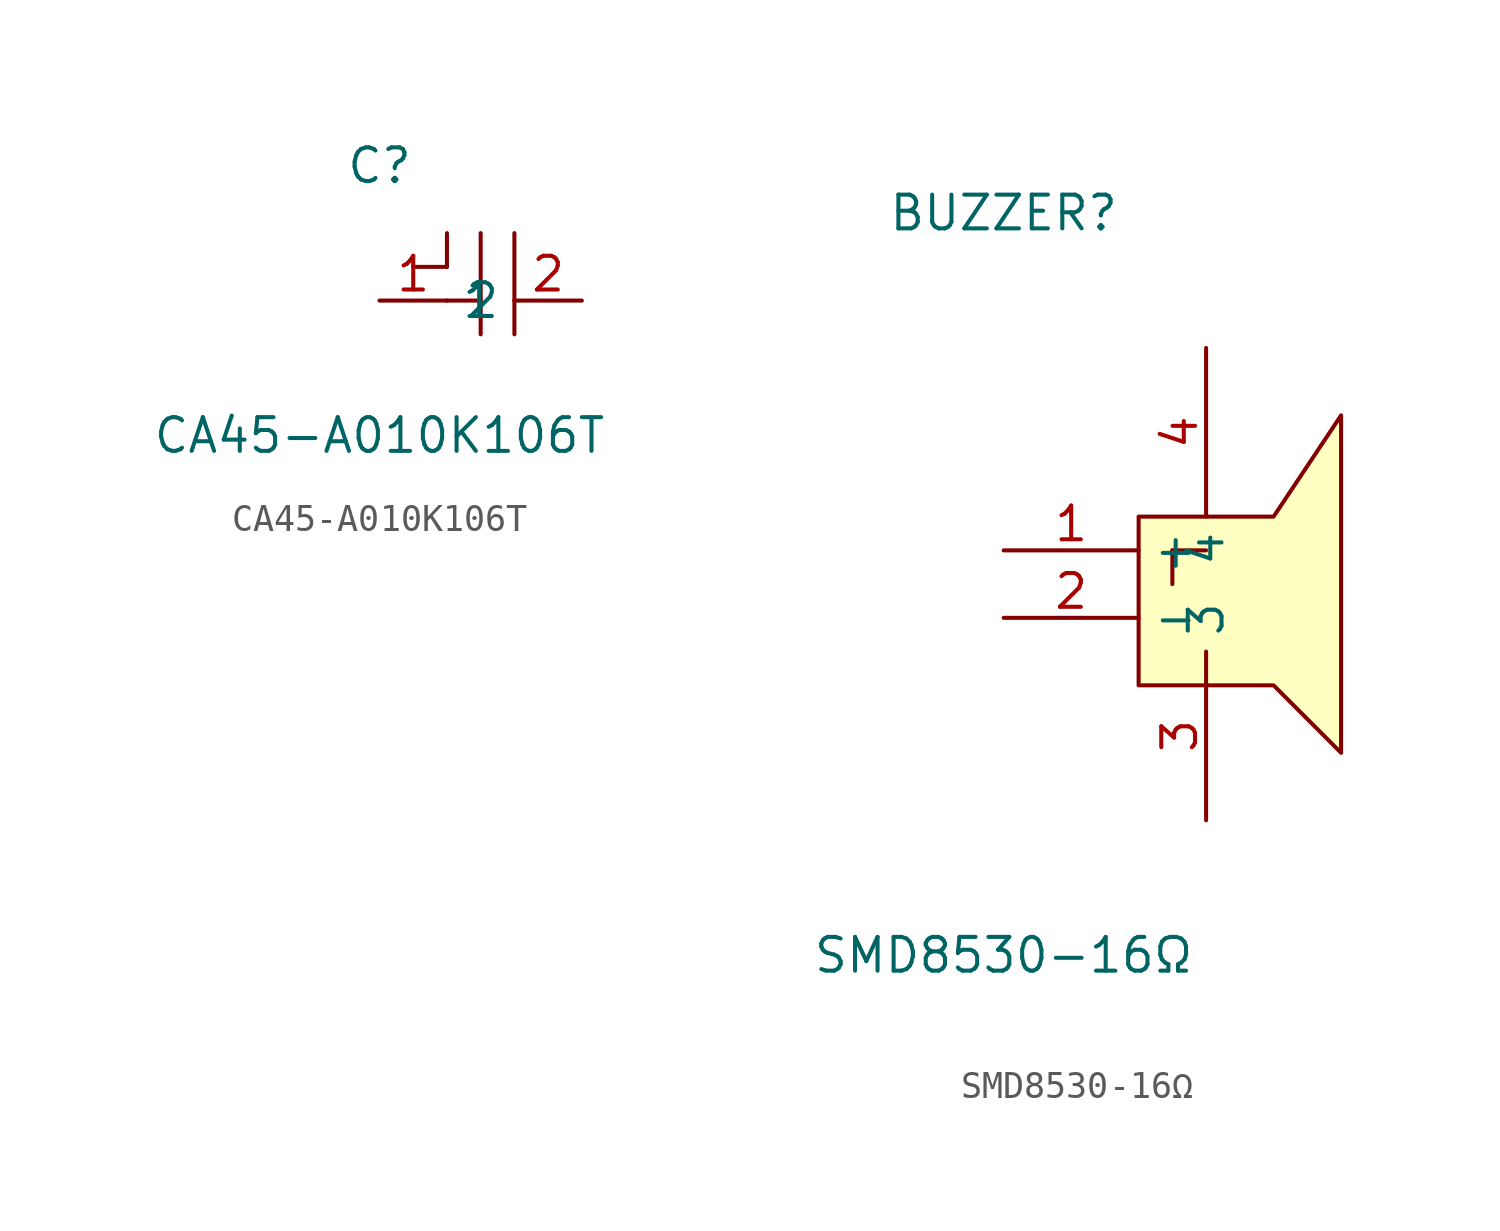
<source format=kicad_sym>
(kicad_symbol_lib
  (version 20241209)
  (generator "kicad_symbol_editor")
  (generator_version "9.0")
  (symbol "CA45-A010K106T"
    (property "Reference" "C"
      (at 0 2.54 0)
      (effects (font (size 1.27 1.27))))
    (property "Value" "CA45-A010K106T"
      (at 0 -7.62 0)
      (effects (font (size 1.27 1.27))))
    (symbol "CA45-A010K106T_0_1"
      (polyline (pts (xy 1.27 -1.27) (xy 2.54 -1.27)) (stroke (width 0) (type default)) (fill (type none)))
      (polyline (pts (xy 2.54 0) (xy 2.54 -1.27)) (stroke (width 0) (type default)) (fill (type none)))
      (polyline (pts (xy 2.54 -2.54) (xy 3.81 -2.54)) (stroke (width 0) (type default)) (fill (type none)))
      (polyline (pts (xy 3.81 0) (xy 3.81 -3.81)) (stroke (width 0) (type default)) (fill (type none)))
      (polyline (pts (xy 5.08 0) (xy 5.08 -3.81)) (stroke (width 0) (type default)) (fill (type none)))
      (polyline (pts (xy 5.08 -2.54) (xy 5.08 -2.54)) (stroke (width 0) (type default)) (fill (type background)))
      (pin input line (at 0 -2.54 0) (length 2.54) (name "1" (effects (font (size 1.27 1.27)))) (number "1" (effects (font (size 1.27 1.27)))))
      (pin input line (at 7.62 -2.54 180) (length 2.54) (name "2" (effects (font (size 1.27 1.27)))) (number "2" (effects (font (size 1.27 1.27)))))))
  (symbol "SMD8530-16Ω"
    (property "Reference" "BUZZER"
      (at 0 5.08 0)
      (effects (font (size 1.27 1.27))))
    (property "Value" "SMD8530-16Ω"
      (at 0 -22.86 0)
      (effects (font (size 1.27 1.27))))
    (symbol "SMD8530-16Ω_0_1"
      (polyline (pts (xy 6.35 -7.62) (xy 6.35 -8.89)) (stroke (width 0) (type default)) (fill (type none)))
      (polyline (pts (xy 7.62 -7.62) (xy 6.35 -7.62)) (stroke (width 0) (type default)) (fill (type none)))
      (polyline (pts (xy 10.16 -12.7) (xy 5.08 -12.7) (xy 5.08 -6.35) (xy 10.16 -6.35) (xy 12.7 -2.54) (xy 12.7 -15.24) (xy 10.16 -12.7)) (stroke (width 0) (type default)) (fill (type background)))
      (pin unspecified line (at 0 -7.62 0) (length 5.08) (name "+" (effects (font (size 1.27 1.27)))) (number "1" (effects (font (size 1.27 1.27)))))
      (pin unspecified line (at 0 -10.16 0) (length 5.08) (name "-" (effects (font (size 1.27 1.27)))) (number "2" (effects (font (size 1.27 1.27)))))
      (pin unspecified line (at 7.62 0 270) (length 6.35) (name "4" (effects (font (size 1.27 1.27)))) (number "4" (effects (font (size 1.27 1.27)))))
      (pin unspecified line (at 7.62 -17.78 90) (length 6.35) (name "3" (effects (font (size 1.27 1.27)))) (number "3" (effects (font (size 1.27 1.27))))))))
</source>
